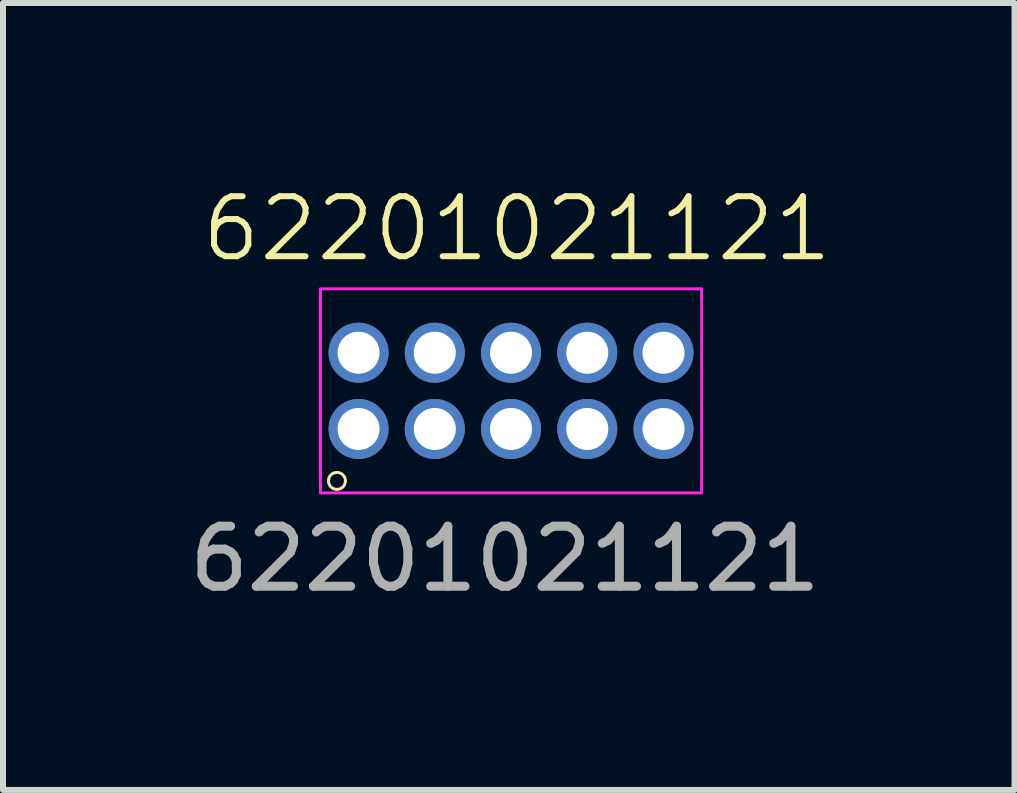
<source format=kicad_pcb>
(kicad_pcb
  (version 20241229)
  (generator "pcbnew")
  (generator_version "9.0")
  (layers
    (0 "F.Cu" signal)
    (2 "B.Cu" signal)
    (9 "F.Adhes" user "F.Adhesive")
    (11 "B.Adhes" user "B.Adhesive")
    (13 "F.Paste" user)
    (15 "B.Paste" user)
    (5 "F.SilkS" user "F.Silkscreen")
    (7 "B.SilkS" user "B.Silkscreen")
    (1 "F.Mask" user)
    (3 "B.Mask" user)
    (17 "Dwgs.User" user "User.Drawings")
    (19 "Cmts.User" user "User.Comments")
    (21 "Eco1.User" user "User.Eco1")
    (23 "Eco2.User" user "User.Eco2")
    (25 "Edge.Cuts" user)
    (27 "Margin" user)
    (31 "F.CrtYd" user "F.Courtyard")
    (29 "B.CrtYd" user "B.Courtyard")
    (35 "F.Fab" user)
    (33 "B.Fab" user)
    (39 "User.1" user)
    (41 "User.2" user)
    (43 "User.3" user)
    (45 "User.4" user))
  (footprint "62201021121"
    (layer "F.Cu")
    (at 5.463 3.461)
    (property "Reference" "62201021121" (at 0.1 -2.7 0) (unlocked yes) (layer "F.SilkS") (effects (font (size 1 1) (thickness 0.1))))
    (attr through_hole)
    (fp_circle (center -2.9 1.5) (end -2.8 1.6) (stroke (width 0.05) (type default)) (fill no) (layer "F.SilkS"))
    (fp_rect (start -3.175 -1.7) (end 3.175 1.7) (stroke (width 0.05) (type solid)) (fill no) (layer "F.CrtYd"))
    (fp_text user "${REFERENCE}" (at -0.1 2.8 0) (unlocked yes) (layer "F.Fab") (effects (font (size 1 1) (thickness 0.15))))
    (pad "1" thru_hole circle (at -2.54 0.635) (size 1 1) (drill 0.7) (layers "*.Cu" "*.Mask"))
    (pad "2" thru_hole circle (at -2.54 -0.635) (size 1 1) (drill 0.7) (layers "*.Cu" "*.Mask"))
    (pad "3" thru_hole circle (at -1.27 0.635) (size 1 1) (drill 0.7) (layers "*.Cu" "*.Mask"))
    (pad "4" thru_hole circle (at -1.27 -0.635) (size 1 1) (drill 0.7) (layers "*.Cu" "*.Mask"))
    (pad "5" thru_hole circle (at 0 0.635) (size 1 1) (drill 0.7) (layers "*.Cu" "*.Mask"))
    (pad "6" thru_hole circle (at 0 -0.635) (size 1 1) (drill 0.7) (layers "*.Cu" "*.Mask"))
    (pad "7" thru_hole circle (at 1.27 0.635) (size 1 1) (drill 0.7) (layers "*.Cu" "*.Mask"))
    (pad "8" thru_hole circle (at 1.27 -0.635) (size 1 1) (drill 0.7) (layers "*.Cu" "*.Mask"))
    (pad "9" thru_hole circle (at 2.54 0.635) (size 1 1) (drill 0.7) (layers "*.Cu" "*.Mask"))
    (pad "10" thru_hole circle (at 2.54 -0.635) (size 1 1) (drill 0.7) (layers "*.Cu" "*.Mask")))
  (gr_rect
    (start -3 -3)
    (end 13.851 10.109)
    (stroke (width 0.1) (type default))
    (fill no)
    (layer "Edge.Cuts")))
</source>
